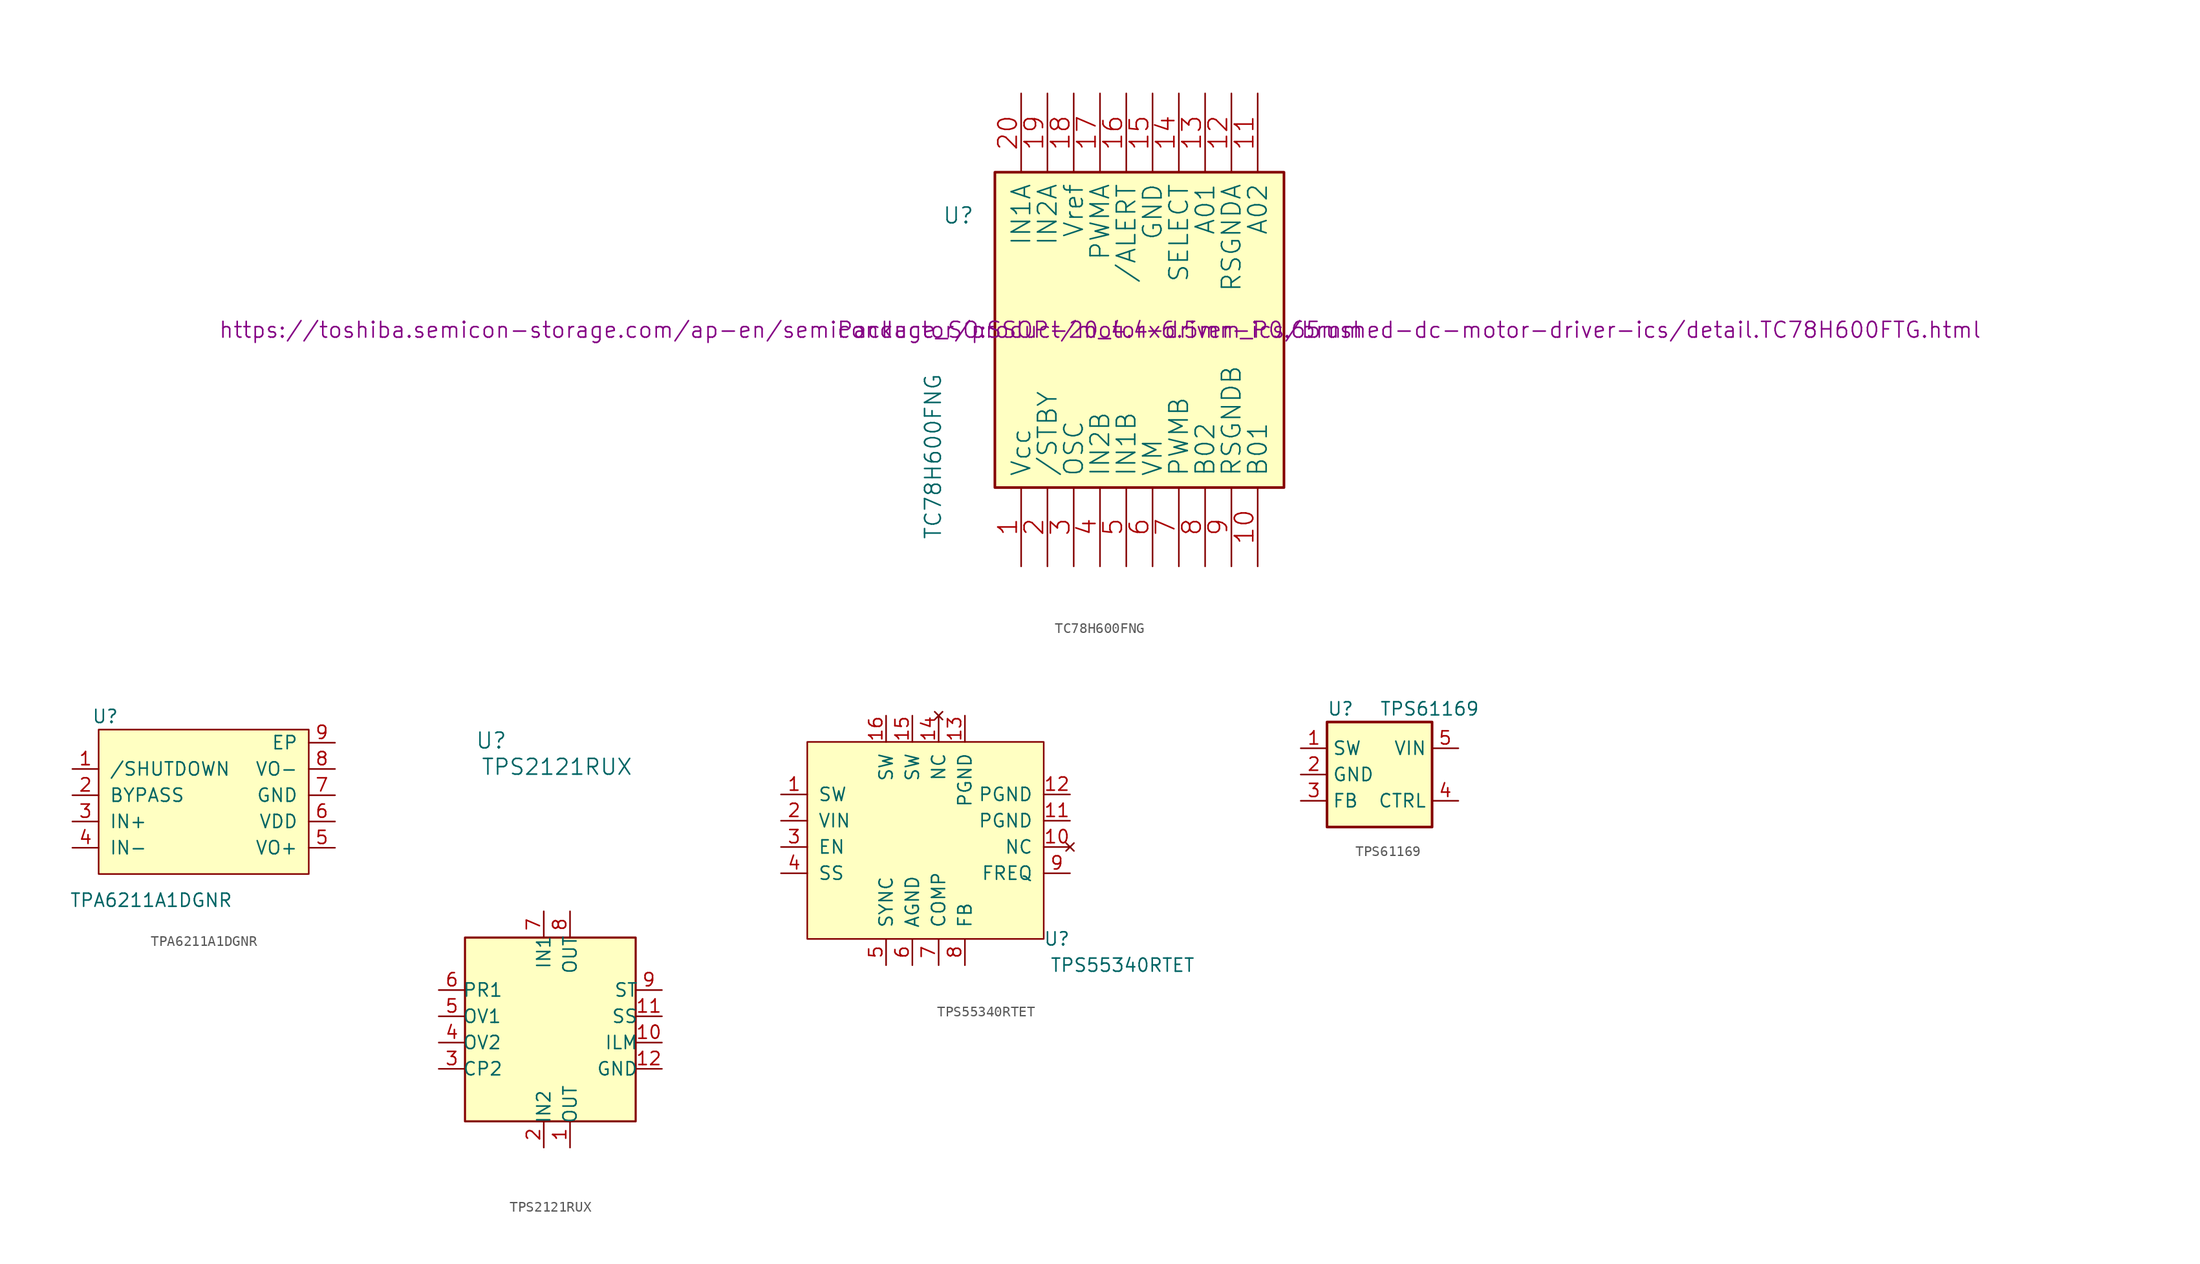
<source format=kicad_sym>
(kicad_symbol_lib
  (version 20201005)
  (generator kicad_symbol_editor)
  (symbol "mSchLibrary:TC78H600FNG"
    (pin_names
      (offset 1.016))
    (property "Reference" "U"
      (at -15.24 10.16 0)
      (effects (font (size 1.524 1.524)) (justify left bottom)))
    (property "Value" "TC78H600FNG"
      (at -15.24 -20.32 90)
      (effects (font (size 1.524 1.524)) (justify left bottom)))
    (property "Footprint" "Package_SO:SSOP-20_4.4x6.5mm_P0.65mm"
      (at 0 0 0)
      (effects (font (size 1.524 1.524))))
    (property "Datasheet" "https://toshiba.semicon-storage.com/ap-en/semiconductor/product/motor-driver-ics/brushed-dc-motor-driver-ics/detail.TC78H600FTG.html"
      (at 0 0 0)
      (effects (font (size 1.524 1.524))))
    (symbol "TC78H600FNG_0_1"
      (rectangle (start 17.78 -15.24) (end -10.16 15.24) (stroke (width 0.254)) (fill (type background)))
      (pin power_in line (at -7.62 -22.86 90) (length 7.62) (name "Vcc" (effects (font (size 1.778 1.778)))) (number "1" (effects (font (size 1.778 1.778)))))
      (pin output line (at 15.24 -22.86 90) (length 7.62) (name "B01" (effects (font (size 1.778 1.778)))) (number "10" (effects (font (size 1.778 1.778)))))
      (pin output line (at 15.24 22.86 270) (length 7.62) (name "A02" (effects (font (size 1.778 1.778)))) (number "11" (effects (font (size 1.778 1.778)))))
      (pin input line (at 12.7 22.86 270) (length 7.62) (name "RSGNDA" (effects (font (size 1.778 1.778)))) (number "12" (effects (font (size 1.778 1.778)))))
      (pin output line (at 10.16 22.86 270) (length 7.62) (name "A01" (effects (font (size 1.778 1.778)))) (number "13" (effects (font (size 1.778 1.778)))))
      (pin input line (at 7.62 22.86 270) (length 7.62) (name "SELECT" (effects (font (size 1.778 1.778)))) (number "14" (effects (font (size 1.778 1.778)))))
      (pin power_in line (at 5.08 22.86 270) (length 7.62) (name "GND" (effects (font (size 1.778 1.778)))) (number "15" (effects (font (size 1.778 1.778)))))
      (pin output line (at 2.54 22.86 270) (length 7.62) (name "/ALERT" (effects (font (size 1.778 1.778)))) (number "16" (effects (font (size 1.778 1.778)))))
      (pin input line (at 0 22.86 270) (length 7.62) (name "PWMA" (effects (font (size 1.778 1.778)))) (number "17" (effects (font (size 1.778 1.778)))))
      (pin input line (at -2.54 22.86 270) (length 7.62) (name "Vref" (effects (font (size 1.778 1.778)))) (number "18" (effects (font (size 1.778 1.778)))))
      (pin input line (at -5.08 22.86 270) (length 7.62) (name "IN2A" (effects (font (size 1.778 1.778)))) (number "19" (effects (font (size 1.778 1.778)))))
      (pin input line (at -5.08 -22.86 90) (length 7.62) (name "/STBY" (effects (font (size 1.778 1.778)))) (number "2" (effects (font (size 1.778 1.778)))))
      (pin input line (at -7.62 22.86 270) (length 7.62) (name "IN1A" (effects (font (size 1.778 1.778)))) (number "20" (effects (font (size 1.778 1.778)))))
      (pin input line (at -2.54 -22.86 90) (length 7.62) (name "OSC" (effects (font (size 1.778 1.778)))) (number "3" (effects (font (size 1.778 1.778)))))
      (pin input line (at 0 -22.86 90) (length 7.62) (name "IN2B" (effects (font (size 1.778 1.778)))) (number "4" (effects (font (size 1.778 1.778)))))
      (pin input line (at 2.54 -22.86 90) (length 7.62) (name "IN1B" (effects (font (size 1.778 1.778)))) (number "5" (effects (font (size 1.778 1.778)))))
      (pin power_in line (at 5.08 -22.86 90) (length 7.62) (name "VM" (effects (font (size 1.778 1.778)))) (number "6" (effects (font (size 1.778 1.778)))))
      (pin input line (at 7.62 -22.86 90) (length 7.62) (name "PWMB" (effects (font (size 1.778 1.778)))) (number "7" (effects (font (size 1.778 1.778)))))
      (pin output line (at 10.16 -22.86 90) (length 7.62) (name "B02" (effects (font (size 1.778 1.778)))) (number "8" (effects (font (size 1.778 1.778)))))
      (pin input line (at 12.7 -22.86 90) (length 7.62) (name "RSGNDB" (effects (font (size 1.778 1.778)))) (number "9" (effects (font (size 1.778 1.778)))))))
  (symbol "mSchLibrary:TPA6211A1DGNR"
    (pin_names
      (offset 1.016))
    (property "Reference" "U"
      (at -9.525 8.89 0)
      (effects (font (size 1.27 1.27))))
    (property "Value" "TPA6211A1DGNR"
      (at -5.08 -8.89 0)
      (effects (font (size 1.27 1.27))))
    (symbol "TPA6211A1DGNR_0_0"
      (pin input line (at -12.7 3.81 0) (length 2.54) (name "/SHUTDOWN" (effects (font (size 1.27 1.27)))) (number "1" (effects (font (size 1.27 1.27)))))
      (pin input line (at -12.7 -1.27 0) (length 2.54) (name "IN+" (effects (font (size 1.27 1.27)))) (number "3" (effects (font (size 1.27 1.27)))))
      (pin input line (at -12.7 -3.81 0) (length 2.54) (name "IN-" (effects (font (size 1.27 1.27)))) (number "4" (effects (font (size 1.27 1.27)))))
      (pin output line (at 12.7 -3.81 180) (length 2.54) (name "VO+" (effects (font (size 1.27 1.27)))) (number "5" (effects (font (size 1.27 1.27)))))
      (pin power_in line (at 12.7 -1.27 180) (length 2.54) (name "VDD" (effects (font (size 1.27 1.27)))) (number "6" (effects (font (size 1.27 1.27)))))
      (pin power_in line (at 12.7 1.27 180) (length 2.54) (name "GND" (effects (font (size 1.27 1.27)))) (number "7" (effects (font (size 1.27 1.27)))))
      (pin output line (at 12.7 3.81 180) (length 2.54) (name "VO-" (effects (font (size 1.27 1.27)))) (number "8" (effects (font (size 1.27 1.27)))))
      (pin power_in line (at 12.7 6.35 180) (length 2.54) (name "EP" (effects (font (size 1.27 1.27)))) (number "9" (effects (font (size 1.27 1.27))))))
    (symbol "TPA6211A1DGNR_0_1"
      (rectangle (start -10.16 7.62) (end 10.16 -6.35) (stroke (width 0)) (fill (type background))))
    (symbol "TPA6211A1DGNR_1_1"
      (pin passive line (at -12.7 1.27 0) (length 2.54) (name "BYPASS" (effects (font (size 1.27 1.27)))) (number "2" (effects (font (size 1.27 1.27)))))))
  (symbol "mSchLibrary:TPS2121RUX"
    (pin_names
      (offset -0.254))
    (property "Reference" "U"
      (at -6.35 27.94 0)
      (effects (font (size 1.524 1.524))))
    (property "Value" "TPS2121RUX"
      (at 0 25.4 0)
      (effects (font (size 1.524 1.524))))
    (symbol "TPS2121RUX_0_1"
      (rectangle (start -8.89 8.89) (end 7.62 -8.89) (stroke (width 0.203)) (fill (type background))))
    (symbol "TPS2121RUX_1_0"
      (pin power_out line (at 1.27 -11.43 90) (length 2.54) (name "OUT" (effects (font (size 1.27 1.27)))) (number "1" (effects (font (size 1.27 1.27)))))
      (pin output line (at 10.16 -1.27 180) (length 2.54) (name "ILM" (effects (font (size 1.27 1.27)))) (number "10" (effects (font (size 1.27 1.27)))))
      (pin output line (at 10.16 1.27 180) (length 2.54) (name "SS" (effects (font (size 1.27 1.27)))) (number "11" (effects (font (size 1.27 1.27)))))
      (pin power_in line (at 10.16 -3.81 180) (length 2.54) (name "GND" (effects (font (size 1.27 1.27)))) (number "12" (effects (font (size 1.27 1.27)))))
      (pin power_in line (at -1.27 -11.43 90) (length 2.54) (name "IN2" (effects (font (size 1.27 1.27)))) (number "2" (effects (font (size 1.27 1.27)))))
      (pin input line (at -11.43 -3.81 0) (length 2.54) (name "CP2" (effects (font (size 1.27 1.27)))) (number "3" (effects (font (size 1.27 1.27)))))
      (pin input line (at -11.43 -1.27 0) (length 2.54) (name "OV2" (effects (font (size 1.27 1.27)))) (number "4" (effects (font (size 1.27 1.27)))))
      (pin input line (at -11.43 1.27 0) (length 2.54) (name "OV1" (effects (font (size 1.27 1.27)))) (number "5" (effects (font (size 1.27 1.27)))))
      (pin input line (at -11.43 3.81 0) (length 2.54) (name "PR1" (effects (font (size 1.27 1.27)))) (number "6" (effects (font (size 1.27 1.27)))))
      (pin power_in line (at -1.27 11.43 270) (length 2.54) (name "IN1" (effects (font (size 1.27 1.27)))) (number "7" (effects (font (size 1.27 1.27)))))
      (pin power_out line (at 1.27 11.43 270) (length 2.54) (name "OUT" (effects (font (size 1.27 1.27)))) (number "8" (effects (font (size 1.27 1.27)))))
      (pin output line (at 10.16 3.81 180) (length 2.54) (name "ST" (effects (font (size 1.27 1.27)))) (number "9" (effects (font (size 1.27 1.27)))))))
  (symbol "mSchLibrary:TPS55340RTET"
    (pin_names
      (offset 1.016))
    (property "Reference" "U"
      (at 12.7 -10.16 0)
      (effects (font (size 1.27 1.27))))
    (property "Value" "TPS55340RTET"
      (at 19.05 -12.7 0)
      (effects (font (size 1.27 1.27))))
    (symbol "TPS55340RTET_0_0"
      (pin power_out line (at -13.97 3.81 0) (length 2.54) (name "SW" (effects (font (size 1.27 1.27)))) (number "1" (effects (font (size 1.27 1.27)))))
      (pin no_connect line (at 13.97 -1.27 180) (length 2.54) (name "NC" (effects (font (size 1.27 1.27)))) (number "10" (effects (font (size 1.27 1.27)))))
      (pin power_in line (at 13.97 1.27 180) (length 2.54) (name "PGND" (effects (font (size 1.27 1.27)))) (number "11" (effects (font (size 1.27 1.27)))))
      (pin power_in line (at 13.97 3.81 180) (length 2.54) (name "PGND" (effects (font (size 1.27 1.27)))) (number "12" (effects (font (size 1.27 1.27)))))
      (pin power_in line (at 3.81 11.43 270) (length 2.54) (name "PGND" (effects (font (size 1.27 1.27)))) (number "13" (effects (font (size 1.27 1.27)))))
      (pin no_connect line (at 1.27 11.43 270) (length 2.54) (name "NC" (effects (font (size 1.27 1.27)))) (number "14" (effects (font (size 1.27 1.27)))))
      (pin power_out line (at -1.27 11.43 270) (length 2.54) (name "SW" (effects (font (size 1.27 1.27)))) (number "15" (effects (font (size 1.27 1.27)))))
      (pin power_out line (at -3.81 11.43 270) (length 2.54) (name "SW" (effects (font (size 1.27 1.27)))) (number "16" (effects (font (size 1.27 1.27)))))
      (pin power_in line (at -13.97 1.27 0) (length 2.54) (name "VIN" (effects (font (size 1.27 1.27)))) (number "2" (effects (font (size 1.27 1.27)))))
      (pin input line (at -13.97 -1.27 0) (length 2.54) (name "EN" (effects (font (size 1.27 1.27)))) (number "3" (effects (font (size 1.27 1.27)))))
      (pin input line (at -13.97 -3.81 0) (length 2.54) (name "SS" (effects (font (size 1.27 1.27)))) (number "4" (effects (font (size 1.27 1.27)))))
      (pin input line (at -3.81 -12.7 90) (length 2.54) (name "SYNC" (effects (font (size 1.27 1.27)))) (number "5" (effects (font (size 1.27 1.27)))))
      (pin power_in line (at -1.27 -12.7 90) (length 2.54) (name "AGND" (effects (font (size 1.27 1.27)))) (number "6" (effects (font (size 1.27 1.27)))))
      (pin output line (at 1.27 -12.7 90) (length 2.54) (name "COMP" (effects (font (size 1.27 1.27)))) (number "7" (effects (font (size 1.27 1.27)))))
      (pin input line (at 3.81 -12.7 90) (length 2.54) (name "FB" (effects (font (size 1.27 1.27)))) (number "8" (effects (font (size 1.27 1.27)))))
      (pin input line (at 13.97 -3.81 180) (length 2.54) (name "FREQ" (effects (font (size 1.27 1.27)))) (number "9" (effects (font (size 1.27 1.27))))))
    (symbol "TPS55340RTET_0_1"
      (rectangle (start -11.43 8.89) (end 11.43 -10.16) (stroke (width 0)) (fill (type background))))
    (symbol "TPS55340RTET_1_0"
      (pin power_in line (at -8.89 -12.7 90) (length 2.54) hide (name "GND" (effects (font (size 1.27 1.27)))) (number "17" (effects (font (size 1.27 1.27)))))))
  (symbol "mSchLibrary:TPS61169"
    (property "Reference" "U"
      (at -5.08 6.35 0)
      (effects (font (size 1.27 1.27)) (justify left)))
    (property "Value" "TPS61169"
      (at 0 6.35 0)
      (effects (font (size 1.27 1.27)) (justify left)))
    (symbol "TPS61169_0_1"
      (rectangle (start -5.08 5.08) (end 5.08 -5.08) (stroke (width 0.254)) (fill (type background))))
    (symbol "TPS61169_1_1"
      (pin power_in line (at -7.62 2.54 0) (length 2.54) (name "SW" (effects (font (size 1.27 1.27)))) (number "1" (effects (font (size 1.27 1.27)))))
      (pin power_in line (at -7.62 0 0) (length 2.54) (name "GND" (effects (font (size 1.27 1.27)))) (number "2" (effects (font (size 1.27 1.27)))))
      (pin input line (at -7.62 -2.54 0) (length 2.54) (name "FB" (effects (font (size 1.27 1.27)))) (number "3" (effects (font (size 1.27 1.27)))))
      (pin input line (at 7.62 -2.54 180) (length 2.54) (name "CTRL" (effects (font (size 1.27 1.27)))) (number "4" (effects (font (size 1.27 1.27)))))
      (pin power_out line (at 7.62 2.54 180) (length 2.54) (name "VIN" (effects (font (size 1.27 1.27)))) (number "5" (effects (font (size 1.27 1.27))))))))
</source>
